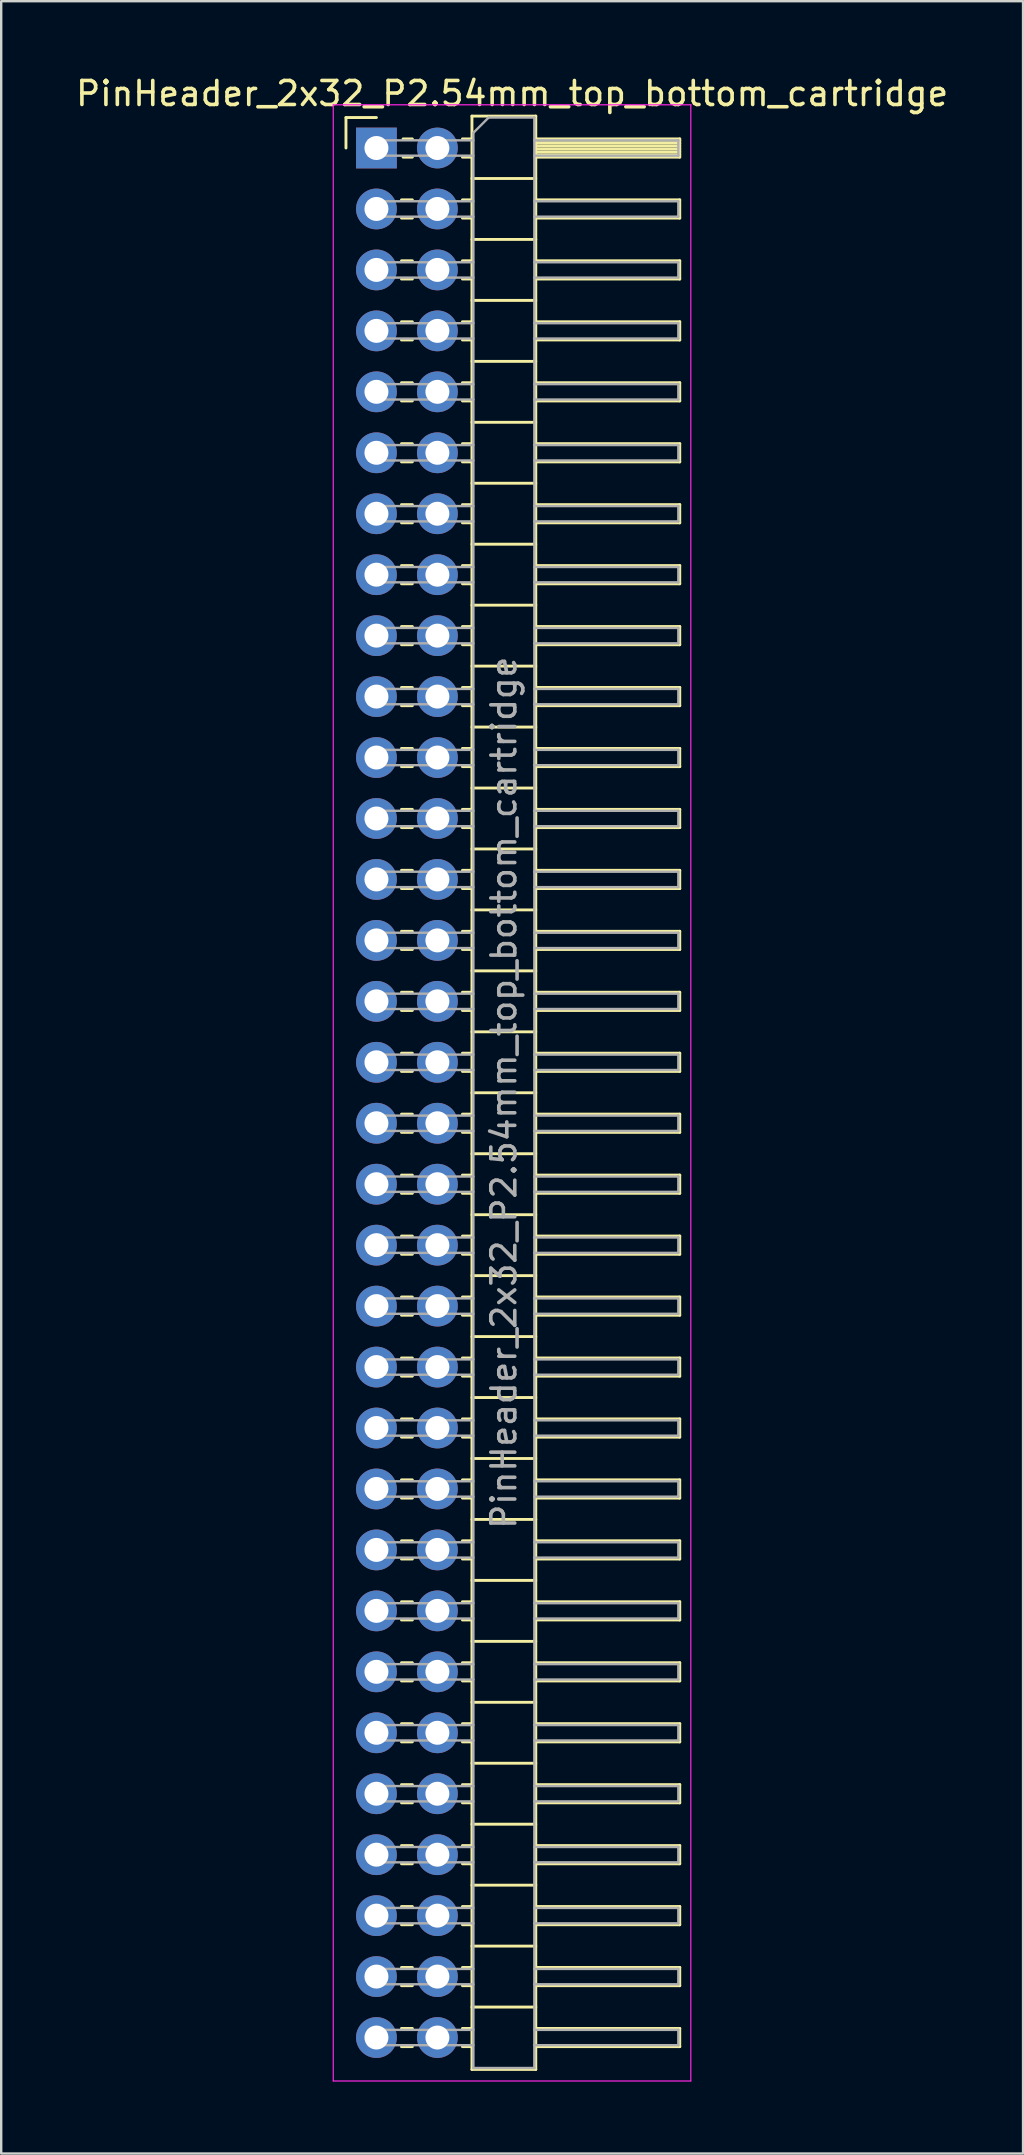
<source format=kicad_pcb>
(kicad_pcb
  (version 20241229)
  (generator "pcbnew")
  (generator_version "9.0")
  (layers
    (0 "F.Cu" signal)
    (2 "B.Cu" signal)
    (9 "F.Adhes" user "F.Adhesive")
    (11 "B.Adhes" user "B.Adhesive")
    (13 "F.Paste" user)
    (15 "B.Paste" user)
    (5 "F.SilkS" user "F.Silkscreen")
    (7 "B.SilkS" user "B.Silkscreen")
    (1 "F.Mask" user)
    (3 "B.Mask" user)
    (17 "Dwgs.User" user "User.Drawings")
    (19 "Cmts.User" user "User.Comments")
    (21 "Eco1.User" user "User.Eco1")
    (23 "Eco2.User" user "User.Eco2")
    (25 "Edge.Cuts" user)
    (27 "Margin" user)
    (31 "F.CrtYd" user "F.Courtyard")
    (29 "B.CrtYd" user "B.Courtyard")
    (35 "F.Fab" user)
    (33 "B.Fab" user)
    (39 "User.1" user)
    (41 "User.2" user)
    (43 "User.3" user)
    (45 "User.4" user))
  (footprint "PinHeader_2x32_P2.54mm_top_bottom_cartridge"
    (layer "F.Cu")
    (at 12.637 3.118)
    (property "Reference" "PinHeader_2x32_P2.54mm_top_bottom_cartridge" (at 5.655 -2.27 0) (layer "F.SilkS") (effects (font (size 1 1) (thickness 0.15))))
    (attr through_hole)
    (fp_line (start -1.27 -1.27) (end 0 -1.27) (stroke (width 0.12) (type solid)) (layer "F.SilkS"))
    (fp_line (start -1.27 0) (end -1.27 -1.27) (stroke (width 0.12) (type solid)) (layer "F.SilkS"))
    (fp_line (start 1.043 2.16) (end 1.497 2.16) (stroke (width 0.12) (type solid)) (layer "F.SilkS"))
    (fp_line (start 1.043 2.92) (end 1.497 2.92) (stroke (width 0.12) (type solid)) (layer "F.SilkS"))
    (fp_line (start 1.043 4.7) (end 1.497 4.7) (stroke (width 0.12) (type solid)) (layer "F.SilkS"))
    (fp_line (start 1.043 5.46) (end 1.497 5.46) (stroke (width 0.12) (type solid)) (layer "F.SilkS"))
    (fp_line (start 1.043 7.24) (end 1.497 7.24) (stroke (width 0.12) (type solid)) (layer "F.SilkS"))
    (fp_line (start 1.043 8) (end 1.497 8) (stroke (width 0.12) (type solid)) (layer "F.SilkS"))
    (fp_line (start 1.043 9.78) (end 1.497 9.78) (stroke (width 0.12) (type solid)) (layer "F.SilkS"))
    (fp_line (start 1.043 10.54) (end 1.497 10.54) (stroke (width 0.12) (type solid)) (layer "F.SilkS"))
    (fp_line (start 1.043 12.32) (end 1.497 12.32) (stroke (width 0.12) (type solid)) (layer "F.SilkS"))
    (fp_line (start 1.043 13.08) (end 1.497 13.08) (stroke (width 0.12) (type solid)) (layer "F.SilkS"))
    (fp_line (start 1.043 14.86) (end 1.497 14.86) (stroke (width 0.12) (type solid)) (layer "F.SilkS"))
    (fp_line (start 1.043 15.62) (end 1.497 15.62) (stroke (width 0.12) (type solid)) (layer "F.SilkS"))
    (fp_line (start 1.043 17.4) (end 1.497 17.4) (stroke (width 0.12) (type solid)) (layer "F.SilkS"))
    (fp_line (start 1.043 18.16) (end 1.497 18.16) (stroke (width 0.12) (type solid)) (layer "F.SilkS"))
    (fp_line (start 1.043 19.94) (end 1.497 19.94) (stroke (width 0.12) (type solid)) (layer "F.SilkS"))
    (fp_line (start 1.043 20.7) (end 1.497 20.7) (stroke (width 0.12) (type solid)) (layer "F.SilkS"))
    (fp_line (start 1.043 22.48) (end 1.497 22.48) (stroke (width 0.12) (type solid)) (layer "F.SilkS"))
    (fp_line (start 1.043 23.24) (end 1.497 23.24) (stroke (width 0.12) (type solid)) (layer "F.SilkS"))
    (fp_line (start 1.043 25.02) (end 1.497 25.02) (stroke (width 0.12) (type solid)) (layer "F.SilkS"))
    (fp_line (start 1.043 25.78) (end 1.497 25.78) (stroke (width 0.12) (type solid)) (layer "F.SilkS"))
    (fp_line (start 1.043 27.56) (end 1.497 27.56) (stroke (width 0.12) (type solid)) (layer "F.SilkS"))
    (fp_line (start 1.043 28.32) (end 1.497 28.32) (stroke (width 0.12) (type solid)) (layer "F.SilkS"))
    (fp_line (start 1.043 30.1) (end 1.497 30.1) (stroke (width 0.12) (type solid)) (layer "F.SilkS"))
    (fp_line (start 1.043 30.86) (end 1.497 30.86) (stroke (width 0.12) (type solid)) (layer "F.SilkS"))
    (fp_line (start 1.043 32.64) (end 1.497 32.64) (stroke (width 0.12) (type solid)) (layer "F.SilkS"))
    (fp_line (start 1.043 33.4) (end 1.497 33.4) (stroke (width 0.12) (type solid)) (layer "F.SilkS"))
    (fp_line (start 1.043 35.18) (end 1.497 35.18) (stroke (width 0.12) (type solid)) (layer "F.SilkS"))
    (fp_line (start 1.043 35.94) (end 1.497 35.94) (stroke (width 0.12) (type solid)) (layer "F.SilkS"))
    (fp_line (start 1.043 37.72) (end 1.497 37.72) (stroke (width 0.12) (type solid)) (layer "F.SilkS"))
    (fp_line (start 1.043 38.48) (end 1.497 38.48) (stroke (width 0.12) (type solid)) (layer "F.SilkS"))
    (fp_line (start 1.043 40.26) (end 1.497 40.26) (stroke (width 0.12) (type solid)) (layer "F.SilkS"))
    (fp_line (start 1.043 41.02) (end 1.497 41.02) (stroke (width 0.12) (type solid)) (layer "F.SilkS"))
    (fp_line (start 1.043 42.8) (end 1.497 42.8) (stroke (width 0.12) (type solid)) (layer "F.SilkS"))
    (fp_line (start 1.043 43.56) (end 1.497 43.56) (stroke (width 0.12) (type solid)) (layer "F.SilkS"))
    (fp_line (start 1.043 45.34) (end 1.497 45.34) (stroke (width 0.12) (type solid)) (layer "F.SilkS"))
    (fp_line (start 1.043 46.1) (end 1.497 46.1) (stroke (width 0.12) (type solid)) (layer "F.SilkS"))
    (fp_line (start 1.043 47.88) (end 1.497 47.88) (stroke (width 0.12) (type solid)) (layer "F.SilkS"))
    (fp_line (start 1.043 48.64) (end 1.497 48.64) (stroke (width 0.12) (type solid)) (layer "F.SilkS"))
    (fp_line (start 1.043 50.42) (end 1.497 50.42) (stroke (width 0.12) (type solid)) (layer "F.SilkS"))
    (fp_line (start 1.043 51.18) (end 1.497 51.18) (stroke (width 0.12) (type solid)) (layer "F.SilkS"))
    (fp_line (start 1.043 52.96) (end 1.497 52.96) (stroke (width 0.12) (type solid)) (layer "F.SilkS"))
    (fp_line (start 1.043 53.72) (end 1.497 53.72) (stroke (width 0.12) (type solid)) (layer "F.SilkS"))
    (fp_line (start 1.043 55.5) (end 1.497 55.5) (stroke (width 0.12) (type solid)) (layer "F.SilkS"))
    (fp_line (start 1.043 56.26) (end 1.497 56.26) (stroke (width 0.12) (type solid)) (layer "F.SilkS"))
    (fp_line (start 1.043 58.04) (end 1.497 58.04) (stroke (width 0.12) (type solid)) (layer "F.SilkS"))
    (fp_line (start 1.043 58.8) (end 1.497 58.8) (stroke (width 0.12) (type solid)) (layer "F.SilkS"))
    (fp_line (start 1.043 60.58) (end 1.497 60.58) (stroke (width 0.12) (type solid)) (layer "F.SilkS"))
    (fp_line (start 1.043 61.34) (end 1.497 61.34) (stroke (width 0.12) (type solid)) (layer "F.SilkS"))
    (fp_line (start 1.043 63.12) (end 1.497 63.12) (stroke (width 0.12) (type solid)) (layer "F.SilkS"))
    (fp_line (start 1.043 63.88) (end 1.497 63.88) (stroke (width 0.12) (type solid)) (layer "F.SilkS"))
    (fp_line (start 1.043 65.66) (end 1.497 65.66) (stroke (width 0.12) (type solid)) (layer "F.SilkS"))
    (fp_line (start 1.043 66.42) (end 1.497 66.42) (stroke (width 0.12) (type solid)) (layer "F.SilkS"))
    (fp_line (start 1.043 68.2) (end 1.497 68.2) (stroke (width 0.12) (type solid)) (layer "F.SilkS"))
    (fp_line (start 1.043 68.96) (end 1.497 68.96) (stroke (width 0.12) (type solid)) (layer "F.SilkS"))
    (fp_line (start 1.043 70.74) (end 1.497 70.74) (stroke (width 0.12) (type solid)) (layer "F.SilkS"))
    (fp_line (start 1.043 71.5) (end 1.497 71.5) (stroke (width 0.12) (type solid)) (layer "F.SilkS"))
    (fp_line (start 1.043 73.28) (end 1.497 73.28) (stroke (width 0.12) (type solid)) (layer "F.SilkS"))
    (fp_line (start 1.043 74.04) (end 1.497 74.04) (stroke (width 0.12) (type solid)) (layer "F.SilkS"))
    (fp_line (start 1.043 75.82) (end 1.497 75.82) (stroke (width 0.12) (type solid)) (layer "F.SilkS"))
    (fp_line (start 1.043 76.58) (end 1.497 76.58) (stroke (width 0.12) (type solid)) (layer "F.SilkS"))
    (fp_line (start 1.043 78.36) (end 1.497 78.36) (stroke (width 0.12) (type solid)) (layer "F.SilkS"))
    (fp_line (start 1.043 79.12) (end 1.497 79.12) (stroke (width 0.12) (type solid)) (layer "F.SilkS"))
    (fp_line (start 1.11 -0.38) (end 1.497 -0.38) (stroke (width 0.12) (type solid)) (layer "F.SilkS"))
    (fp_line (start 1.11 0.38) (end 1.497 0.38) (stroke (width 0.12) (type solid)) (layer "F.SilkS"))
    (fp_line (start 3.583 -0.38) (end 3.98 -0.38) (stroke (width 0.12) (type solid)) (layer "F.SilkS"))
    (fp_line (start 3.583 0.38) (end 3.98 0.38) (stroke (width 0.12) (type solid)) (layer "F.SilkS"))
    (fp_line (start 3.583 2.16) (end 3.98 2.16) (stroke (width 0.12) (type solid)) (layer "F.SilkS"))
    (fp_line (start 3.583 2.92) (end 3.98 2.92) (stroke (width 0.12) (type solid)) (layer "F.SilkS"))
    (fp_line (start 3.583 4.7) (end 3.98 4.7) (stroke (width 0.12) (type solid)) (layer "F.SilkS"))
    (fp_line (start 3.583 5.46) (end 3.98 5.46) (stroke (width 0.12) (type solid)) (layer "F.SilkS"))
    (fp_line (start 3.583 7.24) (end 3.98 7.24) (stroke (width 0.12) (type solid)) (layer "F.SilkS"))
    (fp_line (start 3.583 8) (end 3.98 8) (stroke (width 0.12) (type solid)) (layer "F.SilkS"))
    (fp_line (start 3.583 9.78) (end 3.98 9.78) (stroke (width 0.12) (type solid)) (layer "F.SilkS"))
    (fp_line (start 3.583 10.54) (end 3.98 10.54) (stroke (width 0.12) (type solid)) (layer "F.SilkS"))
    (fp_line (start 3.583 12.32) (end 3.98 12.32) (stroke (width 0.12) (type solid)) (layer "F.SilkS"))
    (fp_line (start 3.583 13.08) (end 3.98 13.08) (stroke (width 0.12) (type solid)) (layer "F.SilkS"))
    (fp_line (start 3.583 14.86) (end 3.98 14.86) (stroke (width 0.12) (type solid)) (layer "F.SilkS"))
    (fp_line (start 3.583 15.62) (end 3.98 15.62) (stroke (width 0.12) (type solid)) (layer "F.SilkS"))
    (fp_line (start 3.583 17.4) (end 3.98 17.4) (stroke (width 0.12) (type solid)) (layer "F.SilkS"))
    (fp_line (start 3.583 18.16) (end 3.98 18.16) (stroke (width 0.12) (type solid)) (layer "F.SilkS"))
    (fp_line (start 3.583 19.94) (end 3.98 19.94) (stroke (width 0.12) (type solid)) (layer "F.SilkS"))
    (fp_line (start 3.583 20.7) (end 3.98 20.7) (stroke (width 0.12) (type solid)) (layer "F.SilkS"))
    (fp_line (start 3.583 22.48) (end 3.98 22.48) (stroke (width 0.12) (type solid)) (layer "F.SilkS"))
    (fp_line (start 3.583 23.24) (end 3.98 23.24) (stroke (width 0.12) (type solid)) (layer "F.SilkS"))
    (fp_line (start 3.583 25.02) (end 3.98 25.02) (stroke (width 0.12) (type solid)) (layer "F.SilkS"))
    (fp_line (start 3.583 25.78) (end 3.98 25.78) (stroke (width 0.12) (type solid)) (layer "F.SilkS"))
    (fp_line (start 3.583 27.56) (end 3.98 27.56) (stroke (width 0.12) (type solid)) (layer "F.SilkS"))
    (fp_line (start 3.583 28.32) (end 3.98 28.32) (stroke (width 0.12) (type solid)) (layer "F.SilkS"))
    (fp_line (start 3.583 30.1) (end 3.98 30.1) (stroke (width 0.12) (type solid)) (layer "F.SilkS"))
    (fp_line (start 3.583 30.86) (end 3.98 30.86) (stroke (width 0.12) (type solid)) (layer "F.SilkS"))
    (fp_line (start 3.583 32.64) (end 3.98 32.64) (stroke (width 0.12) (type solid)) (layer "F.SilkS"))
    (fp_line (start 3.583 33.4) (end 3.98 33.4) (stroke (width 0.12) (type solid)) (layer "F.SilkS"))
    (fp_line (start 3.583 35.18) (end 3.98 35.18) (stroke (width 0.12) (type solid)) (layer "F.SilkS"))
    (fp_line (start 3.583 35.94) (end 3.98 35.94) (stroke (width 0.12) (type solid)) (layer "F.SilkS"))
    (fp_line (start 3.583 37.72) (end 3.98 37.72) (stroke (width 0.12) (type solid)) (layer "F.SilkS"))
    (fp_line (start 3.583 38.48) (end 3.98 38.48) (stroke (width 0.12) (type solid)) (layer "F.SilkS"))
    (fp_line (start 3.583 40.26) (end 3.98 40.26) (stroke (width 0.12) (type solid)) (layer "F.SilkS"))
    (fp_line (start 3.583 41.02) (end 3.98 41.02) (stroke (width 0.12) (type solid)) (layer "F.SilkS"))
    (fp_line (start 3.583 42.8) (end 3.98 42.8) (stroke (width 0.12) (type solid)) (layer "F.SilkS"))
    (fp_line (start 3.583 43.56) (end 3.98 43.56) (stroke (width 0.12) (type solid)) (layer "F.SilkS"))
    (fp_line (start 3.583 45.34) (end 3.98 45.34) (stroke (width 0.12) (type solid)) (layer "F.SilkS"))
    (fp_line (start 3.583 46.1) (end 3.98 46.1) (stroke (width 0.12) (type solid)) (layer "F.SilkS"))
    (fp_line (start 3.583 47.88) (end 3.98 47.88) (stroke (width 0.12) (type solid)) (layer "F.SilkS"))
    (fp_line (start 3.583 48.64) (end 3.98 48.64) (stroke (width 0.12) (type solid)) (layer "F.SilkS"))
    (fp_line (start 3.583 50.42) (end 3.98 50.42) (stroke (width 0.12) (type solid)) (layer "F.SilkS"))
    (fp_line (start 3.583 51.18) (end 3.98 51.18) (stroke (width 0.12) (type solid)) (layer "F.SilkS"))
    (fp_line (start 3.583 52.96) (end 3.98 52.96) (stroke (width 0.12) (type solid)) (layer "F.SilkS"))
    (fp_line (start 3.583 53.72) (end 3.98 53.72) (stroke (width 0.12) (type solid)) (layer "F.SilkS"))
    (fp_line (start 3.583 55.5) (end 3.98 55.5) (stroke (width 0.12) (type solid)) (layer "F.SilkS"))
    (fp_line (start 3.583 56.26) (end 3.98 56.26) (stroke (width 0.12) (type solid)) (layer "F.SilkS"))
    (fp_line (start 3.583 58.04) (end 3.98 58.04) (stroke (width 0.12) (type solid)) (layer "F.SilkS"))
    (fp_line (start 3.583 58.8) (end 3.98 58.8) (stroke (width 0.12) (type solid)) (layer "F.SilkS"))
    (fp_line (start 3.583 60.58) (end 3.98 60.58) (stroke (width 0.12) (type solid)) (layer "F.SilkS"))
    (fp_line (start 3.583 61.34) (end 3.98 61.34) (stroke (width 0.12) (type solid)) (layer "F.SilkS"))
    (fp_line (start 3.583 63.12) (end 3.98 63.12) (stroke (width 0.12) (type solid)) (layer "F.SilkS"))
    (fp_line (start 3.583 63.88) (end 3.98 63.88) (stroke (width 0.12) (type solid)) (layer "F.SilkS"))
    (fp_line (start 3.583 65.66) (end 3.98 65.66) (stroke (width 0.12) (type solid)) (layer "F.SilkS"))
    (fp_line (start 3.583 66.42) (end 3.98 66.42) (stroke (width 0.12) (type solid)) (layer "F.SilkS"))
    (fp_line (start 3.583 68.2) (end 3.98 68.2) (stroke (width 0.12) (type solid)) (layer "F.SilkS"))
    (fp_line (start 3.583 68.96) (end 3.98 68.96) (stroke (width 0.12) (type solid)) (layer "F.SilkS"))
    (fp_line (start 3.583 70.74) (end 3.98 70.74) (stroke (width 0.12) (type solid)) (layer "F.SilkS"))
    (fp_line (start 3.583 71.5) (end 3.98 71.5) (stroke (width 0.12) (type solid)) (layer "F.SilkS"))
    (fp_line (start 3.583 73.28) (end 3.98 73.28) (stroke (width 0.12) (type solid)) (layer "F.SilkS"))
    (fp_line (start 3.583 74.04) (end 3.98 74.04) (stroke (width 0.12) (type solid)) (layer "F.SilkS"))
    (fp_line (start 3.583 75.82) (end 3.98 75.82) (stroke (width 0.12) (type solid)) (layer "F.SilkS"))
    (fp_line (start 3.583 76.58) (end 3.98 76.58) (stroke (width 0.12) (type solid)) (layer "F.SilkS"))
    (fp_line (start 3.583 78.36) (end 3.98 78.36) (stroke (width 0.12) (type solid)) (layer "F.SilkS"))
    (fp_line (start 3.583 79.12) (end 3.98 79.12) (stroke (width 0.12) (type solid)) (layer "F.SilkS"))
    (fp_line (start 3.98 -1.33) (end 3.98 80.07) (stroke (width 0.12) (type solid)) (layer "F.SilkS"))
    (fp_line (start 3.98 1.27) (end 6.64 1.27) (stroke (width 0.12) (type solid)) (layer "F.SilkS"))
    (fp_line (start 3.98 3.81) (end 6.64 3.81) (stroke (width 0.12) (type solid)) (layer "F.SilkS"))
    (fp_line (start 3.98 6.35) (end 6.64 6.35) (stroke (width 0.12) (type solid)) (layer "F.SilkS"))
    (fp_line (start 3.98 8.89) (end 6.64 8.89) (stroke (width 0.12) (type solid)) (layer "F.SilkS"))
    (fp_line (start 3.98 11.43) (end 6.64 11.43) (stroke (width 0.12) (type solid)) (layer "F.SilkS"))
    (fp_line (start 3.98 13.97) (end 6.64 13.97) (stroke (width 0.12) (type solid)) (layer "F.SilkS"))
    (fp_line (start 3.98 16.51) (end 6.64 16.51) (stroke (width 0.12) (type solid)) (layer "F.SilkS"))
    (fp_line (start 3.98 19.05) (end 6.64 19.05) (stroke (width 0.12) (type solid)) (layer "F.SilkS"))
    (fp_line (start 3.98 21.59) (end 6.64 21.59) (stroke (width 0.12) (type solid)) (layer "F.SilkS"))
    (fp_line (start 3.98 24.13) (end 6.64 24.13) (stroke (width 0.12) (type solid)) (layer "F.SilkS"))
    (fp_line (start 3.98 26.67) (end 6.64 26.67) (stroke (width 0.12) (type solid)) (layer "F.SilkS"))
    (fp_line (start 3.98 29.21) (end 6.64 29.21) (stroke (width 0.12) (type solid)) (layer "F.SilkS"))
    (fp_line (start 3.98 31.75) (end 6.64 31.75) (stroke (width 0.12) (type solid)) (layer "F.SilkS"))
    (fp_line (start 3.98 34.29) (end 6.64 34.29) (stroke (width 0.12) (type solid)) (layer "F.SilkS"))
    (fp_line (start 3.98 36.83) (end 6.64 36.83) (stroke (width 0.12) (type solid)) (layer "F.SilkS"))
    (fp_line (start 3.98 39.37) (end 6.64 39.37) (stroke (width 0.12) (type solid)) (layer "F.SilkS"))
    (fp_line (start 3.98 41.91) (end 6.64 41.91) (stroke (width 0.12) (type solid)) (layer "F.SilkS"))
    (fp_line (start 3.98 44.45) (end 6.64 44.45) (stroke (width 0.12) (type solid)) (layer "F.SilkS"))
    (fp_line (start 3.98 46.99) (end 6.64 46.99) (stroke (width 0.12) (type solid)) (layer "F.SilkS"))
    (fp_line (start 3.98 49.53) (end 6.64 49.53) (stroke (width 0.12) (type solid)) (layer "F.SilkS"))
    (fp_line (start 3.98 52.07) (end 6.64 52.07) (stroke (width 0.12) (type solid)) (layer "F.SilkS"))
    (fp_line (start 3.98 54.61) (end 6.64 54.61) (stroke (width 0.12) (type solid)) (layer "F.SilkS"))
    (fp_line (start 3.98 57.15) (end 6.64 57.15) (stroke (width 0.12) (type solid)) (layer "F.SilkS"))
    (fp_line (start 3.98 59.69) (end 6.64 59.69) (stroke (width 0.12) (type solid)) (layer "F.SilkS"))
    (fp_line (start 3.98 62.23) (end 6.64 62.23) (stroke (width 0.12) (type solid)) (layer "F.SilkS"))
    (fp_line (start 3.98 64.77) (end 6.64 64.77) (stroke (width 0.12) (type solid)) (layer "F.SilkS"))
    (fp_line (start 3.98 67.31) (end 6.64 67.31) (stroke (width 0.12) (type solid)) (layer "F.SilkS"))
    (fp_line (start 3.98 69.85) (end 6.64 69.85) (stroke (width 0.12) (type solid)) (layer "F.SilkS"))
    (fp_line (start 3.98 72.39) (end 6.64 72.39) (stroke (width 0.12) (type solid)) (layer "F.SilkS"))
    (fp_line (start 3.98 74.93) (end 6.64 74.93) (stroke (width 0.12) (type solid)) (layer "F.SilkS"))
    (fp_line (start 3.98 77.47) (end 6.64 77.47) (stroke (width 0.12) (type solid)) (layer "F.SilkS"))
    (fp_line (start 3.98 80.07) (end 6.64 80.07) (stroke (width 0.12) (type solid)) (layer "F.SilkS"))
    (fp_line (start 6.64 -1.33) (end 3.98 -1.33) (stroke (width 0.12) (type solid)) (layer "F.SilkS"))
    (fp_line (start 6.64 -0.38) (end 12.64 -0.38) (stroke (width 0.12) (type solid)) (layer "F.SilkS"))
    (fp_line (start 6.64 -0.32) (end 12.64 -0.32) (stroke (width 0.12) (type solid)) (layer "F.SilkS"))
    (fp_line (start 6.64 -0.2) (end 12.64 -0.2) (stroke (width 0.12) (type solid)) (layer "F.SilkS"))
    (fp_line (start 6.64 -0.08) (end 12.64 -0.08) (stroke (width 0.12) (type solid)) (layer "F.SilkS"))
    (fp_line (start 6.64 0.04) (end 12.64 0.04) (stroke (width 0.12) (type solid)) (layer "F.SilkS"))
    (fp_line (start 6.64 0.16) (end 12.64 0.16) (stroke (width 0.12) (type solid)) (layer "F.SilkS"))
    (fp_line (start 6.64 0.28) (end 12.64 0.28) (stroke (width 0.12) (type solid)) (layer "F.SilkS"))
    (fp_line (start 6.64 2.16) (end 12.64 2.16) (stroke (width 0.12) (type solid)) (layer "F.SilkS"))
    (fp_line (start 6.64 4.7) (end 12.64 4.7) (stroke (width 0.12) (type solid)) (layer "F.SilkS"))
    (fp_line (start 6.64 7.24) (end 12.64 7.24) (stroke (width 0.12) (type solid)) (layer "F.SilkS"))
    (fp_line (start 6.64 9.78) (end 12.64 9.78) (stroke (width 0.12) (type solid)) (layer "F.SilkS"))
    (fp_line (start 6.64 12.32) (end 12.64 12.32) (stroke (width 0.12) (type solid)) (layer "F.SilkS"))
    (fp_line (start 6.64 14.86) (end 12.64 14.86) (stroke (width 0.12) (type solid)) (layer "F.SilkS"))
    (fp_line (start 6.64 17.4) (end 12.64 17.4) (stroke (width 0.12) (type solid)) (layer "F.SilkS"))
    (fp_line (start 6.64 19.94) (end 12.64 19.94) (stroke (width 0.12) (type solid)) (layer "F.SilkS"))
    (fp_line (start 6.64 22.48) (end 12.64 22.48) (stroke (width 0.12) (type solid)) (layer "F.SilkS"))
    (fp_line (start 6.64 25.02) (end 12.64 25.02) (stroke (width 0.12) (type solid)) (layer "F.SilkS"))
    (fp_line (start 6.64 27.56) (end 12.64 27.56) (stroke (width 0.12) (type solid)) (layer "F.SilkS"))
    (fp_line (start 6.64 30.1) (end 12.64 30.1) (stroke (width 0.12) (type solid)) (layer "F.SilkS"))
    (fp_line (start 6.64 32.64) (end 12.64 32.64) (stroke (width 0.12) (type solid)) (layer "F.SilkS"))
    (fp_line (start 6.64 35.18) (end 12.64 35.18) (stroke (width 0.12) (type solid)) (layer "F.SilkS"))
    (fp_line (start 6.64 37.72) (end 12.64 37.72) (stroke (width 0.12) (type solid)) (layer "F.SilkS"))
    (fp_line (start 6.64 40.26) (end 12.64 40.26) (stroke (width 0.12) (type solid)) (layer "F.SilkS"))
    (fp_line (start 6.64 42.8) (end 12.64 42.8) (stroke (width 0.12) (type solid)) (layer "F.SilkS"))
    (fp_line (start 6.64 45.34) (end 12.64 45.34) (stroke (width 0.12) (type solid)) (layer "F.SilkS"))
    (fp_line (start 6.64 47.88) (end 12.64 47.88) (stroke (width 0.12) (type solid)) (layer "F.SilkS"))
    (fp_line (start 6.64 50.42) (end 12.64 50.42) (stroke (width 0.12) (type solid)) (layer "F.SilkS"))
    (fp_line (start 6.64 52.96) (end 12.64 52.96) (stroke (width 0.12) (type solid)) (layer "F.SilkS"))
    (fp_line (start 6.64 55.5) (end 12.64 55.5) (stroke (width 0.12) (type solid)) (layer "F.SilkS"))
    (fp_line (start 6.64 58.04) (end 12.64 58.04) (stroke (width 0.12) (type solid)) (layer "F.SilkS"))
    (fp_line (start 6.64 60.58) (end 12.64 60.58) (stroke (width 0.12) (type solid)) (layer "F.SilkS"))
    (fp_line (start 6.64 63.12) (end 12.64 63.12) (stroke (width 0.12) (type solid)) (layer "F.SilkS"))
    (fp_line (start 6.64 65.66) (end 12.64 65.66) (stroke (width 0.12) (type solid)) (layer "F.SilkS"))
    (fp_line (start 6.64 68.2) (end 12.64 68.2) (stroke (width 0.12) (type solid)) (layer "F.SilkS"))
    (fp_line (start 6.64 70.74) (end 12.64 70.74) (stroke (width 0.12) (type solid)) (layer "F.SilkS"))
    (fp_line (start 6.64 73.28) (end 12.64 73.28) (stroke (width 0.12) (type solid)) (layer "F.SilkS"))
    (fp_line (start 6.64 75.82) (end 12.64 75.82) (stroke (width 0.12) (type solid)) (layer "F.SilkS"))
    (fp_line (start 6.64 78.36) (end 12.64 78.36) (stroke (width 0.12) (type solid)) (layer "F.SilkS"))
    (fp_line (start 6.64 80.07) (end 6.64 -1.33) (stroke (width 0.12) (type solid)) (layer "F.SilkS"))
    (fp_line (start 12.64 -0.38) (end 12.64 0.38) (stroke (width 0.12) (type solid)) (layer "F.SilkS"))
    (fp_line (start 12.64 0.38) (end 6.64 0.38) (stroke (width 0.12) (type solid)) (layer "F.SilkS"))
    (fp_line (start 12.64 2.16) (end 12.64 2.92) (stroke (width 0.12) (type solid)) (layer "F.SilkS"))
    (fp_line (start 12.64 2.92) (end 6.64 2.92) (stroke (width 0.12) (type solid)) (layer "F.SilkS"))
    (fp_line (start 12.64 4.7) (end 12.64 5.46) (stroke (width 0.12) (type solid)) (layer "F.SilkS"))
    (fp_line (start 12.64 5.46) (end 6.64 5.46) (stroke (width 0.12) (type solid)) (layer "F.SilkS"))
    (fp_line (start 12.64 7.24) (end 12.64 8) (stroke (width 0.12) (type solid)) (layer "F.SilkS"))
    (fp_line (start 12.64 8) (end 6.64 8) (stroke (width 0.12) (type solid)) (layer "F.SilkS"))
    (fp_line (start 12.64 9.78) (end 12.64 10.54) (stroke (width 0.12) (type solid)) (layer "F.SilkS"))
    (fp_line (start 12.64 10.54) (end 6.64 10.54) (stroke (width 0.12) (type solid)) (layer "F.SilkS"))
    (fp_line (start 12.64 12.32) (end 12.64 13.08) (stroke (width 0.12) (type solid)) (layer "F.SilkS"))
    (fp_line (start 12.64 13.08) (end 6.64 13.08) (stroke (width 0.12) (type solid)) (layer "F.SilkS"))
    (fp_line (start 12.64 14.86) (end 12.64 15.62) (stroke (width 0.12) (type solid)) (layer "F.SilkS"))
    (fp_line (start 12.64 15.62) (end 6.64 15.62) (stroke (width 0.12) (type solid)) (layer "F.SilkS"))
    (fp_line (start 12.64 17.4) (end 12.64 18.16) (stroke (width 0.12) (type solid)) (layer "F.SilkS"))
    (fp_line (start 12.64 18.16) (end 6.64 18.16) (stroke (width 0.12) (type solid)) (layer "F.SilkS"))
    (fp_line (start 12.64 19.94) (end 12.64 20.7) (stroke (width 0.12) (type solid)) (layer "F.SilkS"))
    (fp_line (start 12.64 20.7) (end 6.64 20.7) (stroke (width 0.12) (type solid)) (layer "F.SilkS"))
    (fp_line (start 12.64 22.48) (end 12.64 23.24) (stroke (width 0.12) (type solid)) (layer "F.SilkS"))
    (fp_line (start 12.64 23.24) (end 6.64 23.24) (stroke (width 0.12) (type solid)) (layer "F.SilkS"))
    (fp_line (start 12.64 25.02) (end 12.64 25.78) (stroke (width 0.12) (type solid)) (layer "F.SilkS"))
    (fp_line (start 12.64 25.78) (end 6.64 25.78) (stroke (width 0.12) (type solid)) (layer "F.SilkS"))
    (fp_line (start 12.64 27.56) (end 12.64 28.32) (stroke (width 0.12) (type solid)) (layer "F.SilkS"))
    (fp_line (start 12.64 28.32) (end 6.64 28.32) (stroke (width 0.12) (type solid)) (layer "F.SilkS"))
    (fp_line (start 12.64 30.1) (end 12.64 30.86) (stroke (width 0.12) (type solid)) (layer "F.SilkS"))
    (fp_line (start 12.64 30.86) (end 6.64 30.86) (stroke (width 0.12) (type solid)) (layer "F.SilkS"))
    (fp_line (start 12.64 32.64) (end 12.64 33.4) (stroke (width 0.12) (type solid)) (layer "F.SilkS"))
    (fp_line (start 12.64 33.4) (end 6.64 33.4) (stroke (width 0.12) (type solid)) (layer "F.SilkS"))
    (fp_line (start 12.64 35.18) (end 12.64 35.94) (stroke (width 0.12) (type solid)) (layer "F.SilkS"))
    (fp_line (start 12.64 35.94) (end 6.64 35.94) (stroke (width 0.12) (type solid)) (layer "F.SilkS"))
    (fp_line (start 12.64 37.72) (end 12.64 38.48) (stroke (width 0.12) (type solid)) (layer "F.SilkS"))
    (fp_line (start 12.64 38.48) (end 6.64 38.48) (stroke (width 0.12) (type solid)) (layer "F.SilkS"))
    (fp_line (start 12.64 40.26) (end 12.64 41.02) (stroke (width 0.12) (type solid)) (layer "F.SilkS"))
    (fp_line (start 12.64 41.02) (end 6.64 41.02) (stroke (width 0.12) (type solid)) (layer "F.SilkS"))
    (fp_line (start 12.64 42.8) (end 12.64 43.56) (stroke (width 0.12) (type solid)) (layer "F.SilkS"))
    (fp_line (start 12.64 43.56) (end 6.64 43.56) (stroke (width 0.12) (type solid)) (layer "F.SilkS"))
    (fp_line (start 12.64 45.34) (end 12.64 46.1) (stroke (width 0.12) (type solid)) (layer "F.SilkS"))
    (fp_line (start 12.64 46.1) (end 6.64 46.1) (stroke (width 0.12) (type solid)) (layer "F.SilkS"))
    (fp_line (start 12.64 47.88) (end 12.64 48.64) (stroke (width 0.12) (type solid)) (layer "F.SilkS"))
    (fp_line (start 12.64 48.64) (end 6.64 48.64) (stroke (width 0.12) (type solid)) (layer "F.SilkS"))
    (fp_line (start 12.64 50.42) (end 12.64 51.18) (stroke (width 0.12) (type solid)) (layer "F.SilkS"))
    (fp_line (start 12.64 51.18) (end 6.64 51.18) (stroke (width 0.12) (type solid)) (layer "F.SilkS"))
    (fp_line (start 12.64 52.96) (end 12.64 53.72) (stroke (width 0.12) (type solid)) (layer "F.SilkS"))
    (fp_line (start 12.64 53.72) (end 6.64 53.72) (stroke (width 0.12) (type solid)) (layer "F.SilkS"))
    (fp_line (start 12.64 55.5) (end 12.64 56.26) (stroke (width 0.12) (type solid)) (layer "F.SilkS"))
    (fp_line (start 12.64 56.26) (end 6.64 56.26) (stroke (width 0.12) (type solid)) (layer "F.SilkS"))
    (fp_line (start 12.64 58.04) (end 12.64 58.8) (stroke (width 0.12) (type solid)) (layer "F.SilkS"))
    (fp_line (start 12.64 58.8) (end 6.64 58.8) (stroke (width 0.12) (type solid)) (layer "F.SilkS"))
    (fp_line (start 12.64 60.58) (end 12.64 61.34) (stroke (width 0.12) (type solid)) (layer "F.SilkS"))
    (fp_line (start 12.64 61.34) (end 6.64 61.34) (stroke (width 0.12) (type solid)) (layer "F.SilkS"))
    (fp_line (start 12.64 63.12) (end 12.64 63.88) (stroke (width 0.12) (type solid)) (layer "F.SilkS"))
    (fp_line (start 12.64 63.88) (end 6.64 63.88) (stroke (width 0.12) (type solid)) (layer "F.SilkS"))
    (fp_line (start 12.64 65.66) (end 12.64 66.42) (stroke (width 0.12) (type solid)) (layer "F.SilkS"))
    (fp_line (start 12.64 66.42) (end 6.64 66.42) (stroke (width 0.12) (type solid)) (layer "F.SilkS"))
    (fp_line (start 12.64 68.2) (end 12.64 68.96) (stroke (width 0.12) (type solid)) (layer "F.SilkS"))
    (fp_line (start 12.64 68.96) (end 6.64 68.96) (stroke (width 0.12) (type solid)) (layer "F.SilkS"))
    (fp_line (start 12.64 70.74) (end 12.64 71.5) (stroke (width 0.12) (type solid)) (layer "F.SilkS"))
    (fp_line (start 12.64 71.5) (end 6.64 71.5) (stroke (width 0.12) (type solid)) (layer "F.SilkS"))
    (fp_line (start 12.64 73.28) (end 12.64 74.04) (stroke (width 0.12) (type solid)) (layer "F.SilkS"))
    (fp_line (start 12.64 74.04) (end 6.64 74.04) (stroke (width 0.12) (type solid)) (layer "F.SilkS"))
    (fp_line (start 12.64 75.82) (end 12.64 76.58) (stroke (width 0.12) (type solid)) (layer "F.SilkS"))
    (fp_line (start 12.64 76.58) (end 6.64 76.58) (stroke (width 0.12) (type solid)) (layer "F.SilkS"))
    (fp_line (start 12.64 78.36) (end 12.64 79.12) (stroke (width 0.12) (type solid)) (layer "F.SilkS"))
    (fp_line (start 12.64 79.12) (end 6.64 79.12) (stroke (width 0.12) (type solid)) (layer "F.SilkS"))
    (fp_line (start -1.8 -1.8) (end -1.8 80.55) (stroke (width 0.05) (type solid)) (layer "F.CrtYd"))
    (fp_line (start -1.8 80.55) (end 13.1 80.55) (stroke (width 0.05) (type solid)) (layer "F.CrtYd"))
    (fp_line (start 13.1 -1.8) (end -1.8 -1.8) (stroke (width 0.05) (type solid)) (layer "F.CrtYd"))
    (fp_line (start 13.1 80.55) (end 13.1 -1.8) (stroke (width 0.05) (type solid)) (layer "F.CrtYd"))
    (fp_line (start -0.32 -0.32) (end -0.32 0.32) (stroke (width 0.1) (type solid)) (layer "F.Fab"))
    (fp_line (start -0.32 -0.32) (end 4.04 -0.32) (stroke (width 0.1) (type solid)) (layer "F.Fab"))
    (fp_line (start -0.32 0.32) (end 4.04 0.32) (stroke (width 0.1) (type solid)) (layer "F.Fab"))
    (fp_line (start -0.32 2.22) (end -0.32 2.86) (stroke (width 0.1) (type solid)) (layer "F.Fab"))
    (fp_line (start -0.32 2.22) (end 4.04 2.22) (stroke (width 0.1) (type solid)) (layer "F.Fab"))
    (fp_line (start -0.32 2.86) (end 4.04 2.86) (stroke (width 0.1) (type solid)) (layer "F.Fab"))
    (fp_line (start -0.32 4.76) (end -0.32 5.4) (stroke (width 0.1) (type solid)) (layer "F.Fab"))
    (fp_line (start -0.32 4.76) (end 4.04 4.76) (stroke (width 0.1) (type solid)) (layer "F.Fab"))
    (fp_line (start -0.32 5.4) (end 4.04 5.4) (stroke (width 0.1) (type solid)) (layer "F.Fab"))
    (fp_line (start -0.32 7.3) (end -0.32 7.94) (stroke (width 0.1) (type solid)) (layer "F.Fab"))
    (fp_line (start -0.32 7.3) (end 4.04 7.3) (stroke (width 0.1) (type solid)) (layer "F.Fab"))
    (fp_line (start -0.32 7.94) (end 4.04 7.94) (stroke (width 0.1) (type solid)) (layer "F.Fab"))
    (fp_line (start -0.32 9.84) (end -0.32 10.48) (stroke (width 0.1) (type solid)) (layer "F.Fab"))
    (fp_line (start -0.32 9.84) (end 4.04 9.84) (stroke (width 0.1) (type solid)) (layer "F.Fab"))
    (fp_line (start -0.32 10.48) (end 4.04 10.48) (stroke (width 0.1) (type solid)) (layer "F.Fab"))
    (fp_line (start -0.32 12.38) (end -0.32 13.02) (stroke (width 0.1) (type solid)) (layer "F.Fab"))
    (fp_line (start -0.32 12.38) (end 4.04 12.38) (stroke (width 0.1) (type solid)) (layer "F.Fab"))
    (fp_line (start -0.32 13.02) (end 4.04 13.02) (stroke (width 0.1) (type solid)) (layer "F.Fab"))
    (fp_line (start -0.32 14.92) (end -0.32 15.56) (stroke (width 0.1) (type solid)) (layer "F.Fab"))
    (fp_line (start -0.32 14.92) (end 4.04 14.92) (stroke (width 0.1) (type solid)) (layer "F.Fab"))
    (fp_line (start -0.32 15.56) (end 4.04 15.56) (stroke (width 0.1) (type solid)) (layer "F.Fab"))
    (fp_line (start -0.32 17.46) (end -0.32 18.1) (stroke (width 0.1) (type solid)) (layer "F.Fab"))
    (fp_line (start -0.32 17.46) (end 4.04 17.46) (stroke (width 0.1) (type solid)) (layer "F.Fab"))
    (fp_line (start -0.32 18.1) (end 4.04 18.1) (stroke (width 0.1) (type solid)) (layer "F.Fab"))
    (fp_line (start -0.32 20) (end -0.32 20.64) (stroke (width 0.1) (type solid)) (layer "F.Fab"))
    (fp_line (start -0.32 20) (end 4.04 20) (stroke (width 0.1) (type solid)) (layer "F.Fab"))
    (fp_line (start -0.32 20.64) (end 4.04 20.64) (stroke (width 0.1) (type solid)) (layer "F.Fab"))
    (fp_line (start -0.32 22.54) (end -0.32 23.18) (stroke (width 0.1) (type solid)) (layer "F.Fab"))
    (fp_line (start -0.32 22.54) (end 4.04 22.54) (stroke (width 0.1) (type solid)) (layer "F.Fab"))
    (fp_line (start -0.32 23.18) (end 4.04 23.18) (stroke (width 0.1) (type solid)) (layer "F.Fab"))
    (fp_line (start -0.32 25.08) (end -0.32 25.72) (stroke (width 0.1) (type solid)) (layer "F.Fab"))
    (fp_line (start -0.32 25.08) (end 4.04 25.08) (stroke (width 0.1) (type solid)) (layer "F.Fab"))
    (fp_line (start -0.32 25.72) (end 4.04 25.72) (stroke (width 0.1) (type solid)) (layer "F.Fab"))
    (fp_line (start -0.32 27.62) (end -0.32 28.26) (stroke (width 0.1) (type solid)) (layer "F.Fab"))
    (fp_line (start -0.32 27.62) (end 4.04 27.62) (stroke (width 0.1) (type solid)) (layer "F.Fab"))
    (fp_line (start -0.32 28.26) (end 4.04 28.26) (stroke (width 0.1) (type solid)) (layer "F.Fab"))
    (fp_line (start -0.32 30.16) (end -0.32 30.8) (stroke (width 0.1) (type solid)) (layer "F.Fab"))
    (fp_line (start -0.32 30.16) (end 4.04 30.16) (stroke (width 0.1) (type solid)) (layer "F.Fab"))
    (fp_line (start -0.32 30.8) (end 4.04 30.8) (stroke (width 0.1) (type solid)) (layer "F.Fab"))
    (fp_line (start -0.32 32.7) (end -0.32 33.34) (stroke (width 0.1) (type solid)) (layer "F.Fab"))
    (fp_line (start -0.32 32.7) (end 4.04 32.7) (stroke (width 0.1) (type solid)) (layer "F.Fab"))
    (fp_line (start -0.32 33.34) (end 4.04 33.34) (stroke (width 0.1) (type solid)) (layer "F.Fab"))
    (fp_line (start -0.32 35.24) (end -0.32 35.88) (stroke (width 0.1) (type solid)) (layer "F.Fab"))
    (fp_line (start -0.32 35.24) (end 4.04 35.24) (stroke (width 0.1) (type solid)) (layer "F.Fab"))
    (fp_line (start -0.32 35.88) (end 4.04 35.88) (stroke (width 0.1) (type solid)) (layer "F.Fab"))
    (fp_line (start -0.32 37.78) (end -0.32 38.42) (stroke (width 0.1) (type solid)) (layer "F.Fab"))
    (fp_line (start -0.32 37.78) (end 4.04 37.78) (stroke (width 0.1) (type solid)) (layer "F.Fab"))
    (fp_line (start -0.32 38.42) (end 4.04 38.42) (stroke (width 0.1) (type solid)) (layer "F.Fab"))
    (fp_line (start -0.32 40.32) (end -0.32 40.96) (stroke (width 0.1) (type solid)) (layer "F.Fab"))
    (fp_line (start -0.32 40.32) (end 4.04 40.32) (stroke (width 0.1) (type solid)) (layer "F.Fab"))
    (fp_line (start -0.32 40.96) (end 4.04 40.96) (stroke (width 0.1) (type solid)) (layer "F.Fab"))
    (fp_line (start -0.32 42.86) (end -0.32 43.5) (stroke (width 0.1) (type solid)) (layer "F.Fab"))
    (fp_line (start -0.32 42.86) (end 4.04 42.86) (stroke (width 0.1) (type solid)) (layer "F.Fab"))
    (fp_line (start -0.32 43.5) (end 4.04 43.5) (stroke (width 0.1) (type solid)) (layer "F.Fab"))
    (fp_line (start -0.32 45.4) (end -0.32 46.04) (stroke (width 0.1) (type solid)) (layer "F.Fab"))
    (fp_line (start -0.32 45.4) (end 4.04 45.4) (stroke (width 0.1) (type solid)) (layer "F.Fab"))
    (fp_line (start -0.32 46.04) (end 4.04 46.04) (stroke (width 0.1) (type solid)) (layer "F.Fab"))
    (fp_line (start -0.32 47.94) (end -0.32 48.58) (stroke (width 0.1) (type solid)) (layer "F.Fab"))
    (fp_line (start -0.32 47.94) (end 4.04 47.94) (stroke (width 0.1) (type solid)) (layer "F.Fab"))
    (fp_line (start -0.32 48.58) (end 4.04 48.58) (stroke (width 0.1) (type solid)) (layer "F.Fab"))
    (fp_line (start -0.32 50.48) (end -0.32 51.12) (stroke (width 0.1) (type solid)) (layer "F.Fab"))
    (fp_line (start -0.32 50.48) (end 4.04 50.48) (stroke (width 0.1) (type solid)) (layer "F.Fab"))
    (fp_line (start -0.32 51.12) (end 4.04 51.12) (stroke (width 0.1) (type solid)) (layer "F.Fab"))
    (fp_line (start -0.32 53.02) (end -0.32 53.66) (stroke (width 0.1) (type solid)) (layer "F.Fab"))
    (fp_line (start -0.32 53.02) (end 4.04 53.02) (stroke (width 0.1) (type solid)) (layer "F.Fab"))
    (fp_line (start -0.32 53.66) (end 4.04 53.66) (stroke (width 0.1) (type solid)) (layer "F.Fab"))
    (fp_line (start -0.32 55.56) (end -0.32 56.2) (stroke (width 0.1) (type solid)) (layer "F.Fab"))
    (fp_line (start -0.32 55.56) (end 4.04 55.56) (stroke (width 0.1) (type solid)) (layer "F.Fab"))
    (fp_line (start -0.32 56.2) (end 4.04 56.2) (stroke (width 0.1) (type solid)) (layer "F.Fab"))
    (fp_line (start -0.32 58.1) (end -0.32 58.74) (stroke (width 0.1) (type solid)) (layer "F.Fab"))
    (fp_line (start -0.32 58.1) (end 4.04 58.1) (stroke (width 0.1) (type solid)) (layer "F.Fab"))
    (fp_line (start -0.32 58.74) (end 4.04 58.74) (stroke (width 0.1) (type solid)) (layer "F.Fab"))
    (fp_line (start -0.32 60.64) (end -0.32 61.28) (stroke (width 0.1) (type solid)) (layer "F.Fab"))
    (fp_line (start -0.32 60.64) (end 4.04 60.64) (stroke (width 0.1) (type solid)) (layer "F.Fab"))
    (fp_line (start -0.32 61.28) (end 4.04 61.28) (stroke (width 0.1) (type solid)) (layer "F.Fab"))
    (fp_line (start -0.32 63.18) (end -0.32 63.82) (stroke (width 0.1) (type solid)) (layer "F.Fab"))
    (fp_line (start -0.32 63.18) (end 4.04 63.18) (stroke (width 0.1) (type solid)) (layer "F.Fab"))
    (fp_line (start -0.32 63.82) (end 4.04 63.82) (stroke (width 0.1) (type solid)) (layer "F.Fab"))
    (fp_line (start -0.32 65.72) (end -0.32 66.36) (stroke (width 0.1) (type solid)) (layer "F.Fab"))
    (fp_line (start -0.32 65.72) (end 4.04 65.72) (stroke (width 0.1) (type solid)) (layer "F.Fab"))
    (fp_line (start -0.32 66.36) (end 4.04 66.36) (stroke (width 0.1) (type solid)) (layer "F.Fab"))
    (fp_line (start -0.32 68.26) (end -0.32 68.9) (stroke (width 0.1) (type solid)) (layer "F.Fab"))
    (fp_line (start -0.32 68.26) (end 4.04 68.26) (stroke (width 0.1) (type solid)) (layer "F.Fab"))
    (fp_line (start -0.32 68.9) (end 4.04 68.9) (stroke (width 0.1) (type solid)) (layer "F.Fab"))
    (fp_line (start -0.32 70.8) (end -0.32 71.44) (stroke (width 0.1) (type solid)) (layer "F.Fab"))
    (fp_line (start -0.32 70.8) (end 4.04 70.8) (stroke (width 0.1) (type solid)) (layer "F.Fab"))
    (fp_line (start -0.32 71.44) (end 4.04 71.44) (stroke (width 0.1) (type solid)) (layer "F.Fab"))
    (fp_line (start -0.32 73.34) (end -0.32 73.98) (stroke (width 0.1) (type solid)) (layer "F.Fab"))
    (fp_line (start -0.32 73.34) (end 4.04 73.34) (stroke (width 0.1) (type solid)) (layer "F.Fab"))
    (fp_line (start -0.32 73.98) (end 4.04 73.98) (stroke (width 0.1) (type solid)) (layer "F.Fab"))
    (fp_line (start -0.32 75.88) (end -0.32 76.52) (stroke (width 0.1) (type solid)) (layer "F.Fab"))
    (fp_line (start -0.32 75.88) (end 4.04 75.88) (stroke (width 0.1) (type solid)) (layer "F.Fab"))
    (fp_line (start -0.32 76.52) (end 4.04 76.52) (stroke (width 0.1) (type solid)) (layer "F.Fab"))
    (fp_line (start -0.32 78.42) (end -0.32 79.06) (stroke (width 0.1) (type solid)) (layer "F.Fab"))
    (fp_line (start -0.32 78.42) (end 4.04 78.42) (stroke (width 0.1) (type solid)) (layer "F.Fab"))
    (fp_line (start -0.32 79.06) (end 4.04 79.06) (stroke (width 0.1) (type solid)) (layer "F.Fab"))
    (fp_line (start 4.04 -0.635) (end 4.675 -1.27) (stroke (width 0.1) (type solid)) (layer "F.Fab"))
    (fp_line (start 4.04 80.01) (end 4.04 -0.635) (stroke (width 0.1) (type solid)) (layer "F.Fab"))
    (fp_line (start 4.675 -1.27) (end 6.58 -1.27) (stroke (width 0.1) (type solid)) (layer "F.Fab"))
    (fp_line (start 6.58 -1.27) (end 6.58 80.01) (stroke (width 0.1) (type solid)) (layer "F.Fab"))
    (fp_line (start 6.58 -0.32) (end 12.58 -0.32) (stroke (width 0.1) (type solid)) (layer "F.Fab"))
    (fp_line (start 6.58 0.32) (end 12.58 0.32) (stroke (width 0.1) (type solid)) (layer "F.Fab"))
    (fp_line (start 6.58 2.22) (end 12.58 2.22) (stroke (width 0.1) (type solid)) (layer "F.Fab"))
    (fp_line (start 6.58 2.86) (end 12.58 2.86) (stroke (width 0.1) (type solid)) (layer "F.Fab"))
    (fp_line (start 6.58 4.76) (end 12.58 4.76) (stroke (width 0.1) (type solid)) (layer "F.Fab"))
    (fp_line (start 6.58 5.4) (end 12.58 5.4) (stroke (width 0.1) (type solid)) (layer "F.Fab"))
    (fp_line (start 6.58 7.3) (end 12.58 7.3) (stroke (width 0.1) (type solid)) (layer "F.Fab"))
    (fp_line (start 6.58 7.94) (end 12.58 7.94) (stroke (width 0.1) (type solid)) (layer "F.Fab"))
    (fp_line (start 6.58 9.84) (end 12.58 9.84) (stroke (width 0.1) (type solid)) (layer "F.Fab"))
    (fp_line (start 6.58 10.48) (end 12.58 10.48) (stroke (width 0.1) (type solid)) (layer "F.Fab"))
    (fp_line (start 6.58 12.38) (end 12.58 12.38) (stroke (width 0.1) (type solid)) (layer "F.Fab"))
    (fp_line (start 6.58 13.02) (end 12.58 13.02) (stroke (width 0.1) (type solid)) (layer "F.Fab"))
    (fp_line (start 6.58 14.92) (end 12.58 14.92) (stroke (width 0.1) (type solid)) (layer "F.Fab"))
    (fp_line (start 6.58 15.56) (end 12.58 15.56) (stroke (width 0.1) (type solid)) (layer "F.Fab"))
    (fp_line (start 6.58 17.46) (end 12.58 17.46) (stroke (width 0.1) (type solid)) (layer "F.Fab"))
    (fp_line (start 6.58 18.1) (end 12.58 18.1) (stroke (width 0.1) (type solid)) (layer "F.Fab"))
    (fp_line (start 6.58 20) (end 12.58 20) (stroke (width 0.1) (type solid)) (layer "F.Fab"))
    (fp_line (start 6.58 20.64) (end 12.58 20.64) (stroke (width 0.1) (type solid)) (layer "F.Fab"))
    (fp_line (start 6.58 22.54) (end 12.58 22.54) (stroke (width 0.1) (type solid)) (layer "F.Fab"))
    (fp_line (start 6.58 23.18) (end 12.58 23.18) (stroke (width 0.1) (type solid)) (layer "F.Fab"))
    (fp_line (start 6.58 25.08) (end 12.58 25.08) (stroke (width 0.1) (type solid)) (layer "F.Fab"))
    (fp_line (start 6.58 25.72) (end 12.58 25.72) (stroke (width 0.1) (type solid)) (layer "F.Fab"))
    (fp_line (start 6.58 27.62) (end 12.58 27.62) (stroke (width 0.1) (type solid)) (layer "F.Fab"))
    (fp_line (start 6.58 28.26) (end 12.58 28.26) (stroke (width 0.1) (type solid)) (layer "F.Fab"))
    (fp_line (start 6.58 30.16) (end 12.58 30.16) (stroke (width 0.1) (type solid)) (layer "F.Fab"))
    (fp_line (start 6.58 30.8) (end 12.58 30.8) (stroke (width 0.1) (type solid)) (layer "F.Fab"))
    (fp_line (start 6.58 32.7) (end 12.58 32.7) (stroke (width 0.1) (type solid)) (layer "F.Fab"))
    (fp_line (start 6.58 33.34) (end 12.58 33.34) (stroke (width 0.1) (type solid)) (layer "F.Fab"))
    (fp_line (start 6.58 35.24) (end 12.58 35.24) (stroke (width 0.1) (type solid)) (layer "F.Fab"))
    (fp_line (start 6.58 35.88) (end 12.58 35.88) (stroke (width 0.1) (type solid)) (layer "F.Fab"))
    (fp_line (start 6.58 37.78) (end 12.58 37.78) (stroke (width 0.1) (type solid)) (layer "F.Fab"))
    (fp_line (start 6.58 38.42) (end 12.58 38.42) (stroke (width 0.1) (type solid)) (layer "F.Fab"))
    (fp_line (start 6.58 40.32) (end 12.58 40.32) (stroke (width 0.1) (type solid)) (layer "F.Fab"))
    (fp_line (start 6.58 40.96) (end 12.58 40.96) (stroke (width 0.1) (type solid)) (layer "F.Fab"))
    (fp_line (start 6.58 42.86) (end 12.58 42.86) (stroke (width 0.1) (type solid)) (layer "F.Fab"))
    (fp_line (start 6.58 43.5) (end 12.58 43.5) (stroke (width 0.1) (type solid)) (layer "F.Fab"))
    (fp_line (start 6.58 45.4) (end 12.58 45.4) (stroke (width 0.1) (type solid)) (layer "F.Fab"))
    (fp_line (start 6.58 46.04) (end 12.58 46.04) (stroke (width 0.1) (type solid)) (layer "F.Fab"))
    (fp_line (start 6.58 47.94) (end 12.58 47.94) (stroke (width 0.1) (type solid)) (layer "F.Fab"))
    (fp_line (start 6.58 48.58) (end 12.58 48.58) (stroke (width 0.1) (type solid)) (layer "F.Fab"))
    (fp_line (start 6.58 50.48) (end 12.58 50.48) (stroke (width 0.1) (type solid)) (layer "F.Fab"))
    (fp_line (start 6.58 51.12) (end 12.58 51.12) (stroke (width 0.1) (type solid)) (layer "F.Fab"))
    (fp_line (start 6.58 53.02) (end 12.58 53.02) (stroke (width 0.1) (type solid)) (layer "F.Fab"))
    (fp_line (start 6.58 53.66) (end 12.58 53.66) (stroke (width 0.1) (type solid)) (layer "F.Fab"))
    (fp_line (start 6.58 55.56) (end 12.58 55.56) (stroke (width 0.1) (type solid)) (layer "F.Fab"))
    (fp_line (start 6.58 56.2) (end 12.58 56.2) (stroke (width 0.1) (type solid)) (layer "F.Fab"))
    (fp_line (start 6.58 58.1) (end 12.58 58.1) (stroke (width 0.1) (type solid)) (layer "F.Fab"))
    (fp_line (start 6.58 58.74) (end 12.58 58.74) (stroke (width 0.1) (type solid)) (layer "F.Fab"))
    (fp_line (start 6.58 60.64) (end 12.58 60.64) (stroke (width 0.1) (type solid)) (layer "F.Fab"))
    (fp_line (start 6.58 61.28) (end 12.58 61.28) (stroke (width 0.1) (type solid)) (layer "F.Fab"))
    (fp_line (start 6.58 63.18) (end 12.58 63.18) (stroke (width 0.1) (type solid)) (layer "F.Fab"))
    (fp_line (start 6.58 63.82) (end 12.58 63.82) (stroke (width 0.1) (type solid)) (layer "F.Fab"))
    (fp_line (start 6.58 65.72) (end 12.58 65.72) (stroke (width 0.1) (type solid)) (layer "F.Fab"))
    (fp_line (start 6.58 66.36) (end 12.58 66.36) (stroke (width 0.1) (type solid)) (layer "F.Fab"))
    (fp_line (start 6.58 68.26) (end 12.58 68.26) (stroke (width 0.1) (type solid)) (layer "F.Fab"))
    (fp_line (start 6.58 68.9) (end 12.58 68.9) (stroke (width 0.1) (type solid)) (layer "F.Fab"))
    (fp_line (start 6.58 70.8) (end 12.58 70.8) (stroke (width 0.1) (type solid)) (layer "F.Fab"))
    (fp_line (start 6.58 71.44) (end 12.58 71.44) (stroke (width 0.1) (type solid)) (layer "F.Fab"))
    (fp_line (start 6.58 73.34) (end 12.58 73.34) (stroke (width 0.1) (type solid)) (layer "F.Fab"))
    (fp_line (start 6.58 73.98) (end 12.58 73.98) (stroke (width 0.1) (type solid)) (layer "F.Fab"))
    (fp_line (start 6.58 75.88) (end 12.58 75.88) (stroke (width 0.1) (type solid)) (layer "F.Fab"))
    (fp_line (start 6.58 76.52) (end 12.58 76.52) (stroke (width 0.1) (type solid)) (layer "F.Fab"))
    (fp_line (start 6.58 78.42) (end 12.58 78.42) (stroke (width 0.1) (type solid)) (layer "F.Fab"))
    (fp_line (start 6.58 79.06) (end 12.58 79.06) (stroke (width 0.1) (type solid)) (layer "F.Fab"))
    (fp_line (start 6.58 80.01) (end 4.04 80.01) (stroke (width 0.1) (type solid)) (layer "F.Fab"))
    (fp_line (start 12.58 -0.32) (end 12.58 0.32) (stroke (width 0.1) (type solid)) (layer "F.Fab"))
    (fp_line (start 12.58 2.22) (end 12.58 2.86) (stroke (width 0.1) (type solid)) (layer "F.Fab"))
    (fp_line (start 12.58 4.76) (end 12.58 5.4) (stroke (width 0.1) (type solid)) (layer "F.Fab"))
    (fp_line (start 12.58 7.3) (end 12.58 7.94) (stroke (width 0.1) (type solid)) (layer "F.Fab"))
    (fp_line (start 12.58 9.84) (end 12.58 10.48) (stroke (width 0.1) (type solid)) (layer "F.Fab"))
    (fp_line (start 12.58 12.38) (end 12.58 13.02) (stroke (width 0.1) (type solid)) (layer "F.Fab"))
    (fp_line (start 12.58 14.92) (end 12.58 15.56) (stroke (width 0.1) (type solid)) (layer "F.Fab"))
    (fp_line (start 12.58 17.46) (end 12.58 18.1) (stroke (width 0.1) (type solid)) (layer "F.Fab"))
    (fp_line (start 12.58 20) (end 12.58 20.64) (stroke (width 0.1) (type solid)) (layer "F.Fab"))
    (fp_line (start 12.58 22.54) (end 12.58 23.18) (stroke (width 0.1) (type solid)) (layer "F.Fab"))
    (fp_line (start 12.58 25.08) (end 12.58 25.72) (stroke (width 0.1) (type solid)) (layer "F.Fab"))
    (fp_line (start 12.58 27.62) (end 12.58 28.26) (stroke (width 0.1) (type solid)) (layer "F.Fab"))
    (fp_line (start 12.58 30.16) (end 12.58 30.8) (stroke (width 0.1) (type solid)) (layer "F.Fab"))
    (fp_line (start 12.58 32.7) (end 12.58 33.34) (stroke (width 0.1) (type solid)) (layer "F.Fab"))
    (fp_line (start 12.58 35.24) (end 12.58 35.88) (stroke (width 0.1) (type solid)) (layer "F.Fab"))
    (fp_line (start 12.58 37.78) (end 12.58 38.42) (stroke (width 0.1) (type solid)) (layer "F.Fab"))
    (fp_line (start 12.58 40.32) (end 12.58 40.96) (stroke (width 0.1) (type solid)) (layer "F.Fab"))
    (fp_line (start 12.58 42.86) (end 12.58 43.5) (stroke (width 0.1) (type solid)) (layer "F.Fab"))
    (fp_line (start 12.58 45.4) (end 12.58 46.04) (stroke (width 0.1) (type solid)) (layer "F.Fab"))
    (fp_line (start 12.58 47.94) (end 12.58 48.58) (stroke (width 0.1) (type solid)) (layer "F.Fab"))
    (fp_line (start 12.58 50.48) (end 12.58 51.12) (stroke (width 0.1) (type solid)) (layer "F.Fab"))
    (fp_line (start 12.58 53.02) (end 12.58 53.66) (stroke (width 0.1) (type solid)) (layer "F.Fab"))
    (fp_line (start 12.58 55.56) (end 12.58 56.2) (stroke (width 0.1) (type solid)) (layer "F.Fab"))
    (fp_line (start 12.58 58.1) (end 12.58 58.74) (stroke (width 0.1) (type solid)) (layer "F.Fab"))
    (fp_line (start 12.58 60.64) (end 12.58 61.28) (stroke (width 0.1) (type solid)) (layer "F.Fab"))
    (fp_line (start 12.58 63.18) (end 12.58 63.82) (stroke (width 0.1) (type solid)) (layer "F.Fab"))
    (fp_line (start 12.58 65.72) (end 12.58 66.36) (stroke (width 0.1) (type solid)) (layer "F.Fab"))
    (fp_line (start 12.58 68.26) (end 12.58 68.9) (stroke (width 0.1) (type solid)) (layer "F.Fab"))
    (fp_line (start 12.58 70.8) (end 12.58 71.44) (stroke (width 0.1) (type solid)) (layer "F.Fab"))
    (fp_line (start 12.58 73.34) (end 12.58 73.98) (stroke (width 0.1) (type solid)) (layer "F.Fab"))
    (fp_line (start 12.58 75.88) (end 12.58 76.52) (stroke (width 0.1) (type solid)) (layer "F.Fab"))
    (fp_line (start 12.58 78.42) (end 12.58 79.06) (stroke (width 0.1) (type solid)) (layer "F.Fab"))
    (fp_text user "${REFERENCE}" (at 5.31 39.37 90) (layer "F.Fab") (effects (font (size 1 1) (thickness 0.15))))
    (pad "1" thru_hole oval (at 2.54 0) (size 1.7 1.7) (drill 1) (layers "*.Cu" "*.Mask"))
    (pad "2" thru_hole oval (at 2.54 2.54) (size 1.7 1.7) (drill 1) (layers "*.Cu" "*.Mask"))
    (pad "3" thru_hole oval (at 2.54 5.08) (size 1.7 1.7) (drill 1) (layers "*.Cu" "*.Mask"))
    (pad "4" thru_hole oval (at 2.54 7.62) (size 1.7 1.7) (drill 1) (layers "*.Cu" "*.Mask"))
    (pad "5" thru_hole oval (at 2.54 10.16) (size 1.7 1.7) (drill 1) (layers "*.Cu" "*.Mask"))
    (pad "6" thru_hole oval (at 2.54 12.7) (size 1.7 1.7) (drill 1) (layers "*.Cu" "*.Mask"))
    (pad "7" thru_hole oval (at 2.54 15.24) (size 1.7 1.7) (drill 1) (layers "*.Cu" "*.Mask"))
    (pad "8" thru_hole oval (at 2.54 17.78) (size 1.7 1.7) (drill 1) (layers "*.Cu" "*.Mask"))
    (pad "9" thru_hole oval (at 2.54 20.32) (size 1.7 1.7) (drill 1) (layers "*.Cu" "*.Mask"))
    (pad "10" thru_hole oval (at 2.54 22.86) (size 1.7 1.7) (drill 1) (layers "*.Cu" "*.Mask"))
    (pad "11" thru_hole oval (at 2.54 25.4) (size 1.7 1.7) (drill 1) (layers "*.Cu" "*.Mask"))
    (pad "12" thru_hole oval (at 2.54 27.94) (size 1.7 1.7) (drill 1) (layers "*.Cu" "*.Mask"))
    (pad "13" thru_hole oval (at 2.54 30.48) (size 1.7 1.7) (drill 1) (layers "*.Cu" "*.Mask"))
    (pad "14" thru_hole oval (at 2.54 33.02) (size 1.7 1.7) (drill 1) (layers "*.Cu" "*.Mask"))
    (pad "15" thru_hole oval (at 2.54 35.56) (size 1.7 1.7) (drill 1) (layers "*.Cu" "*.Mask"))
    (pad "16" thru_hole oval (at 2.54 38.1) (size 1.7 1.7) (drill 1) (layers "*.Cu" "*.Mask"))
    (pad "17" thru_hole oval (at 2.54 40.64) (size 1.7 1.7) (drill 1) (layers "*.Cu" "*.Mask"))
    (pad "18" thru_hole oval (at 2.54 43.18) (size 1.7 1.7) (drill 1) (layers "*.Cu" "*.Mask"))
    (pad "19" thru_hole oval (at 2.54 45.72) (size 1.7 1.7) (drill 1) (layers "*.Cu" "*.Mask"))
    (pad "20" thru_hole oval (at 2.54 48.26) (size 1.7 1.7) (drill 1) (layers "*.Cu" "*.Mask"))
    (pad "21" thru_hole oval (at 2.54 50.8) (size 1.7 1.7) (drill 1) (layers "*.Cu" "*.Mask"))
    (pad "22" thru_hole oval (at 2.54 53.34) (size 1.7 1.7) (drill 1) (layers "*.Cu" "*.Mask"))
    (pad "23" thru_hole oval (at 2.54 55.88) (size 1.7 1.7) (drill 1) (layers "*.Cu" "*.Mask"))
    (pad "24" thru_hole oval (at 2.54 58.42) (size 1.7 1.7) (drill 1) (layers "*.Cu" "*.Mask"))
    (pad "25" thru_hole oval (at 2.54 60.96) (size 1.7 1.7) (drill 1) (layers "*.Cu" "*.Mask"))
    (pad "26" thru_hole oval (at 2.54 63.5) (size 1.7 1.7) (drill 1) (layers "*.Cu" "*.Mask"))
    (pad "27" thru_hole oval (at 2.54 66.04) (size 1.7 1.7) (drill 1) (layers "*.Cu" "*.Mask"))
    (pad "28" thru_hole oval (at 2.54 68.58) (size 1.7 1.7) (drill 1) (layers "*.Cu" "*.Mask"))
    (pad "29" thru_hole oval (at 2.54 71.12) (size 1.7 1.7) (drill 1) (layers "*.Cu" "*.Mask"))
    (pad "30" thru_hole oval (at 2.54 73.66) (size 1.7 1.7) (drill 1) (layers "*.Cu" "*.Mask"))
    (pad "31" thru_hole oval (at 2.54 76.2) (size 1.7 1.7) (drill 1) (layers "*.Cu" "*.Mask"))
    (pad "32" thru_hole oval (at 2.54 78.74) (size 1.7 1.7) (drill 1) (layers "*.Cu" "*.Mask"))
    (pad "33" thru_hole rect (at 0 0) (size 1.7 1.7) (drill 1) (layers "*.Cu" "*.Mask"))
    (pad "34" thru_hole oval (at 0 2.54) (size 1.7 1.7) (drill 1) (layers "*.Cu" "*.Mask"))
    (pad "35" thru_hole oval (at 0 5.08) (size 1.7 1.7) (drill 1) (layers "*.Cu" "*.Mask"))
    (pad "36" thru_hole oval (at 0 7.62) (size 1.7 1.7) (drill 1) (layers "*.Cu" "*.Mask"))
    (pad "37" thru_hole oval (at 0 10.16) (size 1.7 1.7) (drill 1) (layers "*.Cu" "*.Mask"))
    (pad "38" thru_hole oval (at 0 12.7) (size 1.7 1.7) (drill 1) (layers "*.Cu" "*.Mask"))
    (pad "39" thru_hole oval (at 0 15.24) (size 1.7 1.7) (drill 1) (layers "*.Cu" "*.Mask"))
    (pad "40" thru_hole oval (at 0 17.78) (size 1.7 1.7) (drill 1) (layers "*.Cu" "*.Mask"))
    (pad "41" thru_hole oval (at 0 20.32) (size 1.7 1.7) (drill 1) (layers "*.Cu" "*.Mask"))
    (pad "42" thru_hole oval (at 0 22.86) (size 1.7 1.7) (drill 1) (layers "*.Cu" "*.Mask"))
    (pad "43" thru_hole oval (at 0 25.4) (size 1.7 1.7) (drill 1) (layers "*.Cu" "*.Mask"))
    (pad "44" thru_hole oval (at 0 27.94) (size 1.7 1.7) (drill 1) (layers "*.Cu" "*.Mask"))
    (pad "45" thru_hole oval (at 0 30.48) (size 1.7 1.7) (drill 1) (layers "*.Cu" "*.Mask"))
    (pad "46" thru_hole oval (at 0 33.02) (size 1.7 1.7) (drill 1) (layers "*.Cu" "*.Mask"))
    (pad "47" thru_hole oval (at 0 35.56) (size 1.7 1.7) (drill 1) (layers "*.Cu" "*.Mask"))
    (pad "48" thru_hole oval (at 0 38.1) (size 1.7 1.7) (drill 1) (layers "*.Cu" "*.Mask"))
    (pad "49" thru_hole oval (at 0 40.64) (size 1.7 1.7) (drill 1) (layers "*.Cu" "*.Mask"))
    (pad "50" thru_hole oval (at 0 43.18) (size 1.7 1.7) (drill 1) (layers "*.Cu" "*.Mask"))
    (pad "51" thru_hole oval (at 0 45.72) (size 1.7 1.7) (drill 1) (layers "*.Cu" "*.Mask"))
    (pad "52" thru_hole oval (at 0 48.26) (size 1.7 1.7) (drill 1) (layers "*.Cu" "*.Mask"))
    (pad "53" thru_hole oval (at 0 50.8) (size 1.7 1.7) (drill 1) (layers "*.Cu" "*.Mask"))
    (pad "54" thru_hole oval (at 0 53.34) (size 1.7 1.7) (drill 1) (layers "*.Cu" "*.Mask"))
    (pad "55" thru_hole oval (at 0 55.88) (size 1.7 1.7) (drill 1) (layers "*.Cu" "*.Mask"))
    (pad "56" thru_hole oval (at 0 58.42) (size 1.7 1.7) (drill 1) (layers "*.Cu" "*.Mask"))
    (pad "57" thru_hole oval (at 0 60.96) (size 1.7 1.7) (drill 1) (layers "*.Cu" "*.Mask"))
    (pad "58" thru_hole oval (at 0 63.5) (size 1.7 1.7) (drill 1) (layers "*.Cu" "*.Mask"))
    (pad "59" thru_hole oval (at 0 66.04) (size 1.7 1.7) (drill 1) (layers "*.Cu" "*.Mask"))
    (pad "60" thru_hole oval (at 0 68.58) (size 1.7 1.7) (drill 1) (layers "*.Cu" "*.Mask"))
    (pad "61" thru_hole oval (at 0 71.12) (size 1.7 1.7) (drill 1) (layers "*.Cu" "*.Mask"))
    (pad "62" thru_hole oval (at 0 73.66) (size 1.7 1.7) (drill 1) (layers "*.Cu" "*.Mask"))
    (pad "63" thru_hole oval (at 0 76.2) (size 1.7 1.7) (drill 1) (layers "*.Cu" "*.Mask"))
    (pad "64" thru_hole oval (at 0 78.74) (size 1.7 1.7) (drill 1) (layers "*.Cu" "*.Mask")))
  (gr_rect
    (start -3 -3)
    (end 39.583 86.693)
    (stroke (width 0.1) (type default))
    (fill no)
    (layer "Edge.Cuts")))
</source>
